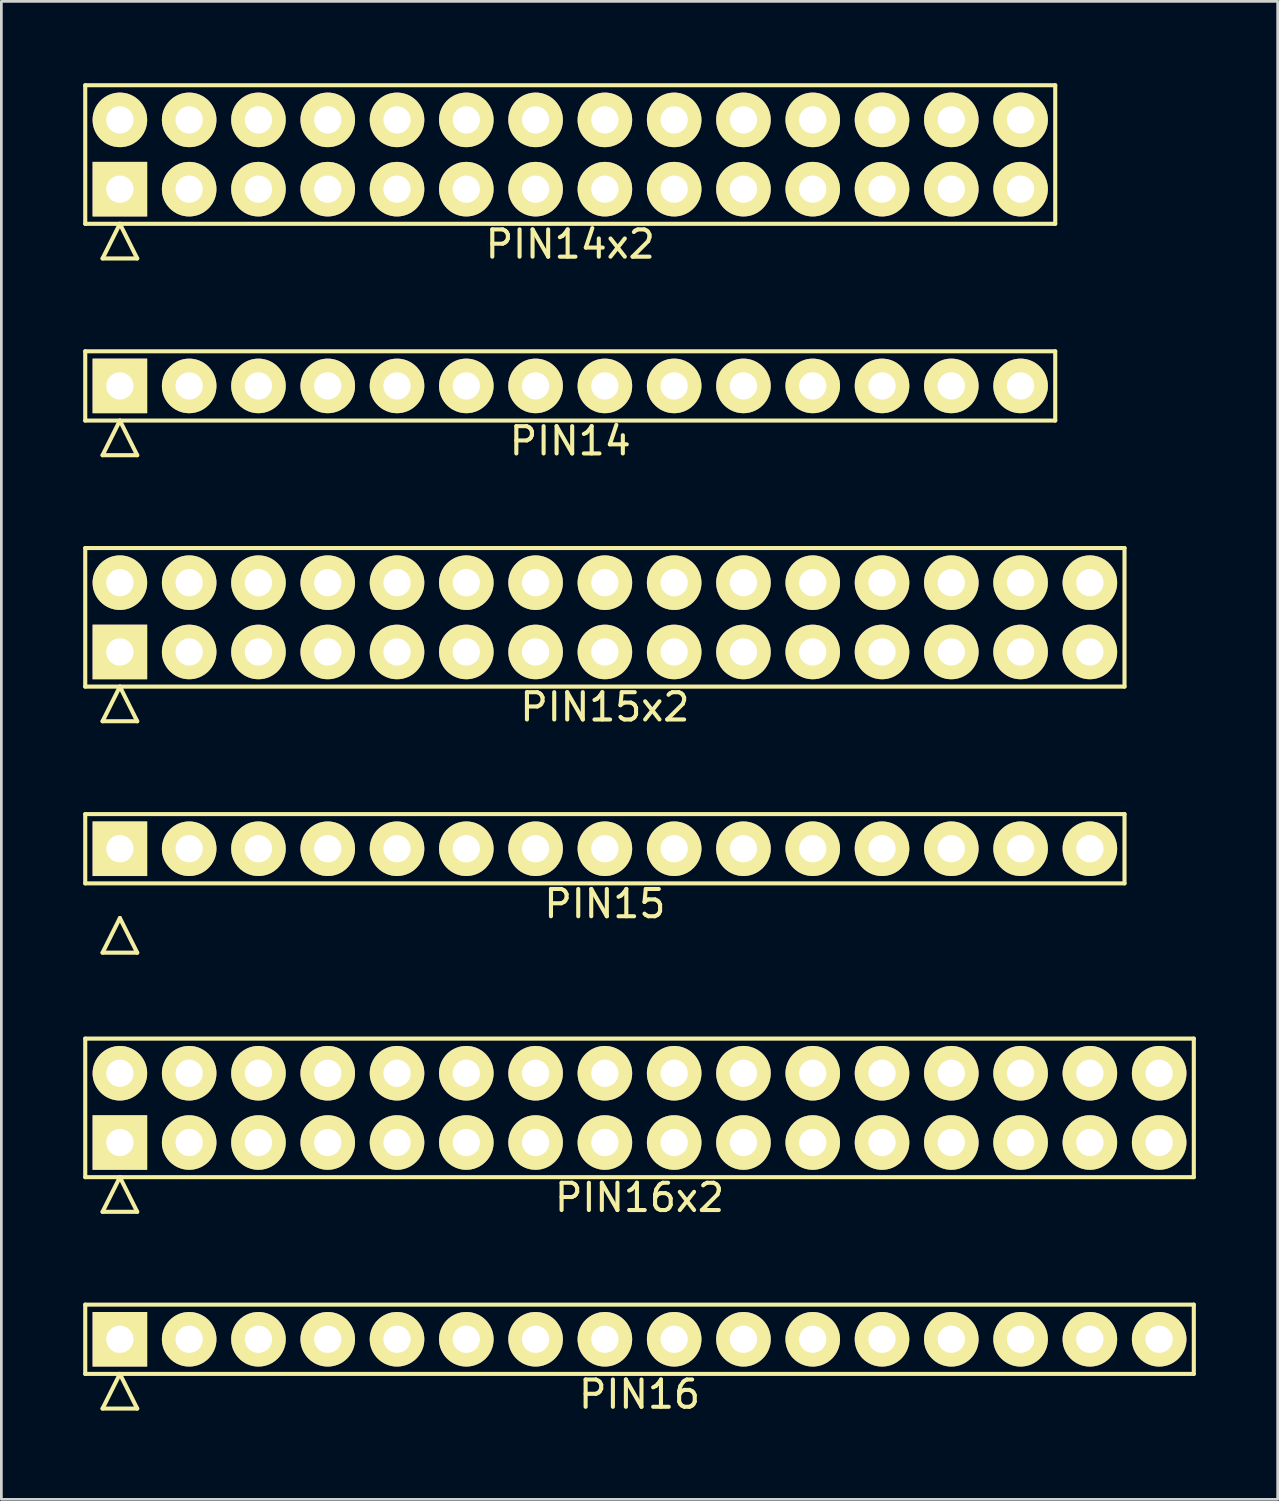
<source format=kicad_pcb>
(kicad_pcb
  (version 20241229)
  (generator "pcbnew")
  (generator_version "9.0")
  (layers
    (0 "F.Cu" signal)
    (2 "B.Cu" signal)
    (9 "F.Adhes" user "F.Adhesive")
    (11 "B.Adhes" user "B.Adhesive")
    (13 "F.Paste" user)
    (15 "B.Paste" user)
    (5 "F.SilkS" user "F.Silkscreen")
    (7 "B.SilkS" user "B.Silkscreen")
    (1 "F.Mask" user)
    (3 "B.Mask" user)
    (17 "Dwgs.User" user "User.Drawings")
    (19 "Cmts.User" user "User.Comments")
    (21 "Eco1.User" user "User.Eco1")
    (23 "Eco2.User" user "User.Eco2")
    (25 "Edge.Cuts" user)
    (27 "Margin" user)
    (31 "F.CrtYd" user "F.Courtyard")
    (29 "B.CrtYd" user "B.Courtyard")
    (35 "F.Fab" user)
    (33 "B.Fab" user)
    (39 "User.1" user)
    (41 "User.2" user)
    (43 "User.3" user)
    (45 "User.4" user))
  (footprint "PIN15x2"
    (layer "F.Cu")
    (at 19.125 19.581)
    (property "Reference" "PIN15x2" (at 0 3.29 0) (layer "F.SilkS") (effects (font (size 1 1) (thickness 0.15))))
    (attr through_hole)
    (fp_line (start -19.05 -2.54) (end -19.05 2.54) (stroke (width 0.15) (type solid)) (layer "F.SilkS"))
    (fp_line (start -19.05 2.54) (end 19.05 2.54) (stroke (width 0.15) (type solid)) (layer "F.SilkS"))
    (fp_line (start -18.415 3.81) (end -17.78 2.54) (stroke (width 0.15) (type solid)) (layer "F.SilkS"))
    (fp_line (start -18.415 3.81) (end -17.145 3.81) (stroke (width 0.15) (type solid)) (layer "F.SilkS"))
    (fp_line (start -17.145 3.81) (end -17.78 2.54) (stroke (width 0.15) (type solid)) (layer "F.SilkS"))
    (fp_line (start 19.05 -2.54) (end -19.05 -2.54) (stroke (width 0.15) (type solid)) (layer "F.SilkS"))
    (fp_line (start 19.05 2.54) (end 19.05 -2.54) (stroke (width 0.15) (type solid)) (layer "F.SilkS"))
    (pad "1" thru_hole rect (at -17.78 1.27) (size 2 2) (drill 1) (layers "*.Cu" "*.Mask" "F.SilkS"))
    (pad "2" thru_hole circle (at -17.78 -1.27) (size 2 2) (drill 1) (layers "*.Cu" "*.Mask" "F.SilkS"))
    (pad "3" thru_hole circle (at -15.24 1.27) (size 2 2) (drill 1) (layers "*.Cu" "*.Mask" "F.SilkS"))
    (pad "4" thru_hole circle (at -15.24 -1.27) (size 2 2) (drill 1) (layers "*.Cu" "*.Mask" "F.SilkS"))
    (pad "5" thru_hole circle (at -12.7 1.27) (size 2 2) (drill 1) (layers "*.Cu" "*.Mask" "F.SilkS"))
    (pad "6" thru_hole circle (at -12.7 -1.27) (size 2 2) (drill 1) (layers "*.Cu" "*.Mask" "F.SilkS"))
    (pad "7" thru_hole circle (at -10.16 1.27) (size 2 2) (drill 1) (layers "*.Cu" "*.Mask" "F.SilkS"))
    (pad "8" thru_hole circle (at -10.16 -1.27) (size 2 2) (drill 1) (layers "*.Cu" "*.Mask" "F.SilkS"))
    (pad "9" thru_hole circle (at -7.62 1.27) (size 2 2) (drill 1) (layers "*.Cu" "*.Mask" "F.SilkS"))
    (pad "10" thru_hole circle (at -7.62 -1.27) (size 2 2) (drill 1) (layers "*.Cu" "*.Mask" "F.SilkS"))
    (pad "11" thru_hole circle (at -5.08 1.27) (size 2 2) (drill 1) (layers "*.Cu" "*.Mask" "F.SilkS"))
    (pad "12" thru_hole circle (at -5.08 -1.27) (size 2 2) (drill 1) (layers "*.Cu" "*.Mask" "F.SilkS"))
    (pad "13" thru_hole circle (at -2.54 1.27) (size 2 2) (drill 1) (layers "*.Cu" "*.Mask" "F.SilkS"))
    (pad "14" thru_hole circle (at -2.54 -1.27) (size 2 2) (drill 1) (layers "*.Cu" "*.Mask" "F.SilkS"))
    (pad "15" thru_hole circle (at 0 1.27) (size 2 2) (drill 1) (layers "*.Cu" "*.Mask" "F.SilkS"))
    (pad "16" thru_hole circle (at 0 -1.27) (size 2 2) (drill 1) (layers "*.Cu" "*.Mask" "F.SilkS"))
    (pad "17" thru_hole circle (at 2.54 1.27) (size 2 2) (drill 1) (layers "*.Cu" "*.Mask" "F.SilkS"))
    (pad "18" thru_hole circle (at 2.54 -1.27) (size 2 2) (drill 1) (layers "*.Cu" "*.Mask" "F.SilkS"))
    (pad "19" thru_hole circle (at 5.08 1.27) (size 2 2) (drill 1) (layers "*.Cu" "*.Mask" "F.SilkS"))
    (pad "20" thru_hole circle (at 5.08 -1.27) (size 2 2) (drill 1) (layers "*.Cu" "*.Mask" "F.SilkS"))
    (pad "21" thru_hole circle (at 7.62 1.27) (size 2 2) (drill 1) (layers "*.Cu" "*.Mask" "F.SilkS"))
    (pad "22" thru_hole circle (at 7.62 -1.27) (size 2 2) (drill 1) (layers "*.Cu" "*.Mask" "F.SilkS"))
    (pad "23" thru_hole circle (at 10.16 1.27) (size 2 2) (drill 1) (layers "*.Cu" "*.Mask" "F.SilkS"))
    (pad "24" thru_hole circle (at 10.16 -1.27) (size 2 2) (drill 1) (layers "*.Cu" "*.Mask" "F.SilkS"))
    (pad "25" thru_hole circle (at 12.7 1.27) (size 2 2) (drill 1) (layers "*.Cu" "*.Mask" "F.SilkS"))
    (pad "26" thru_hole circle (at 12.7 -1.27) (size 2 2) (drill 1) (layers "*.Cu" "*.Mask" "F.SilkS"))
    (pad "27" thru_hole circle (at 15.24 1.27) (size 2 2) (drill 1) (layers "*.Cu" "*.Mask" "F.SilkS"))
    (pad "28" thru_hole circle (at 15.24 -1.27) (size 2 2) (drill 1) (layers "*.Cu" "*.Mask" "F.SilkS"))
    (pad "29" thru_hole circle (at 17.78 1.27) (size 2 2) (drill 1) (layers "*.Cu" "*.Mask" "F.SilkS"))
    (pad "30" thru_hole circle (at 17.78 -1.27) (size 2 2) (drill 1) (layers "*.Cu" "*.Mask" "F.SilkS")))
  (footprint "PIN16x2"
    (layer "F.Cu")
    (at 20.395 37.565)
    (property "Reference" "PIN16x2" (at 0 3.29 0) (layer "F.SilkS") (effects (font (size 1 1) (thickness 0.15))))
    (attr through_hole)
    (fp_line (start -20.32 -2.54) (end -20.32 2.54) (stroke (width 0.15) (type solid)) (layer "F.SilkS"))
    (fp_line (start -20.32 2.54) (end 20.32 2.54) (stroke (width 0.15) (type solid)) (layer "F.SilkS"))
    (fp_line (start -19.685 3.81) (end -19.05 2.54) (stroke (width 0.15) (type solid)) (layer "F.SilkS"))
    (fp_line (start -19.685 3.81) (end -18.415 3.81) (stroke (width 0.15) (type solid)) (layer "F.SilkS"))
    (fp_line (start -18.415 3.81) (end -19.05 2.54) (stroke (width 0.15) (type solid)) (layer "F.SilkS"))
    (fp_line (start 20.32 -2.54) (end -20.32 -2.54) (stroke (width 0.15) (type solid)) (layer "F.SilkS"))
    (fp_line (start 20.32 2.54) (end 20.32 -2.54) (stroke (width 0.15) (type solid)) (layer "F.SilkS"))
    (pad "1" thru_hole rect (at -19.05 1.27) (size 2 2) (drill 1) (layers "*.Cu" "*.Mask" "F.SilkS"))
    (pad "2" thru_hole circle (at -19.05 -1.27) (size 2 2) (drill 1) (layers "*.Cu" "*.Mask" "F.SilkS"))
    (pad "3" thru_hole circle (at -16.51 1.27) (size 2 2) (drill 1) (layers "*.Cu" "*.Mask" "F.SilkS"))
    (pad "4" thru_hole circle (at -16.51 -1.27) (size 2 2) (drill 1) (layers "*.Cu" "*.Mask" "F.SilkS"))
    (pad "5" thru_hole circle (at -13.97 1.27) (size 2 2) (drill 1) (layers "*.Cu" "*.Mask" "F.SilkS"))
    (pad "6" thru_hole circle (at -13.97 -1.27) (size 2 2) (drill 1) (layers "*.Cu" "*.Mask" "F.SilkS"))
    (pad "7" thru_hole circle (at -11.43 1.27) (size 2 2) (drill 1) (layers "*.Cu" "*.Mask" "F.SilkS"))
    (pad "8" thru_hole circle (at -11.43 -1.27) (size 2 2) (drill 1) (layers "*.Cu" "*.Mask" "F.SilkS"))
    (pad "9" thru_hole circle (at -8.89 1.27) (size 2 2) (drill 1) (layers "*.Cu" "*.Mask" "F.SilkS"))
    (pad "10" thru_hole circle (at -8.89 -1.27) (size 2 2) (drill 1) (layers "*.Cu" "*.Mask" "F.SilkS"))
    (pad "11" thru_hole circle (at -6.35 1.27) (size 2 2) (drill 1) (layers "*.Cu" "*.Mask" "F.SilkS"))
    (pad "12" thru_hole circle (at -6.35 -1.27) (size 2 2) (drill 1) (layers "*.Cu" "*.Mask" "F.SilkS"))
    (pad "13" thru_hole circle (at -3.81 1.27) (size 2 2) (drill 1) (layers "*.Cu" "*.Mask" "F.SilkS"))
    (pad "14" thru_hole circle (at -3.81 -1.27) (size 2 2) (drill 1) (layers "*.Cu" "*.Mask" "F.SilkS"))
    (pad "15" thru_hole circle (at -1.27 1.27) (size 2 2) (drill 1) (layers "*.Cu" "*.Mask" "F.SilkS"))
    (pad "16" thru_hole circle (at -1.27 -1.27) (size 2 2) (drill 1) (layers "*.Cu" "*.Mask" "F.SilkS"))
    (pad "17" thru_hole circle (at 1.27 1.27) (size 2 2) (drill 1) (layers "*.Cu" "*.Mask" "F.SilkS"))
    (pad "18" thru_hole circle (at 1.27 -1.27) (size 2 2) (drill 1) (layers "*.Cu" "*.Mask" "F.SilkS"))
    (pad "19" thru_hole circle (at 3.81 1.27) (size 2 2) (drill 1) (layers "*.Cu" "*.Mask" "F.SilkS"))
    (pad "20" thru_hole circle (at 3.81 -1.27) (size 2 2) (drill 1) (layers "*.Cu" "*.Mask" "F.SilkS"))
    (pad "21" thru_hole circle (at 6.35 1.27) (size 2 2) (drill 1) (layers "*.Cu" "*.Mask" "F.SilkS"))
    (pad "22" thru_hole circle (at 6.35 -1.27) (size 2 2) (drill 1) (layers "*.Cu" "*.Mask" "F.SilkS"))
    (pad "23" thru_hole circle (at 8.89 1.27) (size 2 2) (drill 1) (layers "*.Cu" "*.Mask" "F.SilkS"))
    (pad "24" thru_hole circle (at 8.89 -1.27) (size 2 2) (drill 1) (layers "*.Cu" "*.Mask" "F.SilkS"))
    (pad "25" thru_hole circle (at 11.43 1.27) (size 2 2) (drill 1) (layers "*.Cu" "*.Mask" "F.SilkS"))
    (pad "26" thru_hole circle (at 11.43 -1.27) (size 2 2) (drill 1) (layers "*.Cu" "*.Mask" "F.SilkS"))
    (pad "27" thru_hole circle (at 13.97 1.27) (size 2 2) (drill 1) (layers "*.Cu" "*.Mask" "F.SilkS"))
    (pad "28" thru_hole circle (at 13.97 -1.27) (size 2 2) (drill 1) (layers "*.Cu" "*.Mask" "F.SilkS"))
    (pad "29" thru_hole circle (at 16.51 1.27) (size 2 2) (drill 1) (layers "*.Cu" "*.Mask" "F.SilkS"))
    (pad "30" thru_hole circle (at 16.51 -1.27) (size 2 2) (drill 1) (layers "*.Cu" "*.Mask" "F.SilkS"))
    (pad "31" thru_hole circle (at 19.05 1.27) (size 2 2) (drill 1) (layers "*.Cu" "*.Mask" "F.SilkS"))
    (pad "32" thru_hole circle (at 19.05 -1.27) (size 2 2) (drill 1) (layers "*.Cu" "*.Mask" "F.SilkS")))
  (footprint "PIN14x2"
    (layer "F.Cu")
    (at 17.855 2.615)
    (property "Reference" "PIN14x2" (at 0 3.29 0) (layer "F.SilkS") (effects (font (size 1 1) (thickness 0.15))))
    (attr through_hole)
    (fp_line (start -17.78 -2.54) (end -17.78 2.54) (stroke (width 0.15) (type solid)) (layer "F.SilkS"))
    (fp_line (start -17.78 2.54) (end 17.78 2.54) (stroke (width 0.15) (type solid)) (layer "F.SilkS"))
    (fp_line (start -17.145 3.81) (end -16.51 2.54) (stroke (width 0.15) (type solid)) (layer "F.SilkS"))
    (fp_line (start -17.145 3.81) (end -15.875 3.81) (stroke (width 0.15) (type solid)) (layer "F.SilkS"))
    (fp_line (start -15.875 3.81) (end -16.51 2.54) (stroke (width 0.15) (type solid)) (layer "F.SilkS"))
    (fp_line (start 17.78 -2.54) (end -17.78 -2.54) (stroke (width 0.15) (type solid)) (layer "F.SilkS"))
    (fp_line (start 17.78 2.54) (end 17.78 -2.54) (stroke (width 0.15) (type solid)) (layer "F.SilkS"))
    (pad "1" thru_hole rect (at -16.51 1.27) (size 2 2) (drill 1) (layers "*.Cu" "*.Mask" "F.SilkS"))
    (pad "2" thru_hole circle (at -16.51 -1.27) (size 2 2) (drill 1) (layers "*.Cu" "*.Mask" "F.SilkS"))
    (pad "3" thru_hole circle (at -13.97 1.27) (size 2 2) (drill 1) (layers "*.Cu" "*.Mask" "F.SilkS"))
    (pad "4" thru_hole circle (at -13.97 -1.27) (size 2 2) (drill 1) (layers "*.Cu" "*.Mask" "F.SilkS"))
    (pad "5" thru_hole circle (at -11.43 1.27) (size 2 2) (drill 1) (layers "*.Cu" "*.Mask" "F.SilkS"))
    (pad "6" thru_hole circle (at -11.43 -1.27) (size 2 2) (drill 1) (layers "*.Cu" "*.Mask" "F.SilkS"))
    (pad "7" thru_hole circle (at -8.89 1.27) (size 2 2) (drill 1) (layers "*.Cu" "*.Mask" "F.SilkS"))
    (pad "8" thru_hole circle (at -8.89 -1.27) (size 2 2) (drill 1) (layers "*.Cu" "*.Mask" "F.SilkS"))
    (pad "9" thru_hole circle (at -6.35 1.27) (size 2 2) (drill 1) (layers "*.Cu" "*.Mask" "F.SilkS"))
    (pad "10" thru_hole circle (at -6.35 -1.27) (size 2 2) (drill 1) (layers "*.Cu" "*.Mask" "F.SilkS"))
    (pad "11" thru_hole circle (at -3.81 1.27) (size 2 2) (drill 1) (layers "*.Cu" "*.Mask" "F.SilkS"))
    (pad "12" thru_hole circle (at -3.81 -1.27) (size 2 2) (drill 1) (layers "*.Cu" "*.Mask" "F.SilkS"))
    (pad "13" thru_hole circle (at -1.27 1.27) (size 2 2) (drill 1) (layers "*.Cu" "*.Mask" "F.SilkS"))
    (pad "14" thru_hole circle (at -1.27 -1.27) (size 2 2) (drill 1) (layers "*.Cu" "*.Mask" "F.SilkS"))
    (pad "15" thru_hole circle (at 1.27 1.27) (size 2 2) (drill 1) (layers "*.Cu" "*.Mask" "F.SilkS"))
    (pad "16" thru_hole circle (at 1.27 -1.27) (size 2 2) (drill 1) (layers "*.Cu" "*.Mask" "F.SilkS"))
    (pad "17" thru_hole circle (at 3.81 1.27) (size 2 2) (drill 1) (layers "*.Cu" "*.Mask" "F.SilkS"))
    (pad "18" thru_hole circle (at 3.81 -1.27) (size 2 2) (drill 1) (layers "*.Cu" "*.Mask" "F.SilkS"))
    (pad "19" thru_hole circle (at 6.35 1.27) (size 2 2) (drill 1) (layers "*.Cu" "*.Mask" "F.SilkS"))
    (pad "20" thru_hole circle (at 6.35 -1.27) (size 2 2) (drill 1) (layers "*.Cu" "*.Mask" "F.SilkS"))
    (pad "21" thru_hole circle (at 8.89 1.27) (size 2 2) (drill 1) (layers "*.Cu" "*.Mask" "F.SilkS"))
    (pad "22" thru_hole circle (at 8.89 -1.27) (size 2 2) (drill 1) (layers "*.Cu" "*.Mask" "F.SilkS"))
    (pad "23" thru_hole circle (at 11.43 1.27) (size 2 2) (drill 1) (layers "*.Cu" "*.Mask" "F.SilkS"))
    (pad "24" thru_hole circle (at 11.43 -1.27) (size 2 2) (drill 1) (layers "*.Cu" "*.Mask" "F.SilkS"))
    (pad "25" thru_hole circle (at 13.97 1.27) (size 2 2) (drill 1) (layers "*.Cu" "*.Mask" "F.SilkS"))
    (pad "26" thru_hole circle (at 13.97 -1.27) (size 2 2) (drill 1) (layers "*.Cu" "*.Mask" "F.SilkS"))
    (pad "27" thru_hole circle (at 16.51 1.27) (size 2 2) (drill 1) (layers "*.Cu" "*.Mask" "F.SilkS"))
    (pad "28" thru_hole circle (at 16.51 -1.27) (size 2 2) (drill 1) (layers "*.Cu" "*.Mask" "F.SilkS")))
  (footprint "PIN15"
    (layer "F.Cu")
    (at 19.125 28.065)
    (property "Reference" "PIN15" (at 0 2.02 0) (layer "F.SilkS") (effects (font (size 1 1) (thickness 0.15))))
    (attr through_hole)
    (fp_line (start -19.05 -1.27) (end -19.05 1.27) (stroke (width 0.15) (type solid)) (layer "F.SilkS"))
    (fp_line (start -19.05 1.27) (end 19.05 1.27) (stroke (width 0.15) (type solid)) (layer "F.SilkS"))
    (fp_line (start -18.415 3.81) (end -17.78 2.54) (stroke (width 0.15) (type solid)) (layer "F.SilkS"))
    (fp_line (start -18.415 3.81) (end -17.145 3.81) (stroke (width 0.15) (type solid)) (layer "F.SilkS"))
    (fp_line (start -17.145 3.81) (end -17.78 2.54) (stroke (width 0.15) (type solid)) (layer "F.SilkS"))
    (fp_line (start 19.05 -1.27) (end -19.05 -1.27) (stroke (width 0.15) (type solid)) (layer "F.SilkS"))
    (fp_line (start 19.05 1.27) (end 19.05 -1.27) (stroke (width 0.15) (type solid)) (layer "F.SilkS"))
    (pad "1" thru_hole rect (at -17.78 0) (size 2 2) (drill 1) (layers "*.Cu" "*.Mask" "F.SilkS"))
    (pad "2" thru_hole circle (at -15.24 0) (size 2 2) (drill 1) (layers "*.Cu" "*.Mask" "F.SilkS"))
    (pad "3" thru_hole circle (at -12.7 0) (size 2 2) (drill 1) (layers "*.Cu" "*.Mask" "F.SilkS"))
    (pad "4" thru_hole circle (at -10.16 0) (size 2 2) (drill 1) (layers "*.Cu" "*.Mask" "F.SilkS"))
    (pad "5" thru_hole circle (at -7.62 0) (size 2 2) (drill 1) (layers "*.Cu" "*.Mask" "F.SilkS"))
    (pad "6" thru_hole circle (at -5.08 0) (size 2 2) (drill 1) (layers "*.Cu" "*.Mask" "F.SilkS"))
    (pad "7" thru_hole circle (at -2.54 0) (size 2 2) (drill 1) (layers "*.Cu" "*.Mask" "F.SilkS"))
    (pad "8" thru_hole circle (at 0 0) (size 2 2) (drill 1) (layers "*.Cu" "*.Mask" "F.SilkS"))
    (pad "9" thru_hole circle (at 2.54 0) (size 2 2) (drill 1) (layers "*.Cu" "*.Mask" "F.SilkS"))
    (pad "10" thru_hole circle (at 5.08 0) (size 2 2) (drill 1) (layers "*.Cu" "*.Mask" "F.SilkS"))
    (pad "11" thru_hole circle (at 7.62 0) (size 2 2) (drill 1) (layers "*.Cu" "*.Mask" "F.SilkS"))
    (pad "12" thru_hole circle (at 10.16 0) (size 2 2) (drill 1) (layers "*.Cu" "*.Mask" "F.SilkS"))
    (pad "13" thru_hole circle (at 12.7 0) (size 2 2) (drill 1) (layers "*.Cu" "*.Mask" "F.SilkS"))
    (pad "14" thru_hole circle (at 15.24 0) (size 2 2) (drill 1) (layers "*.Cu" "*.Mask" "F.SilkS"))
    (pad "15" thru_hole circle (at 17.78 0) (size 2 2) (drill 1) (layers "*.Cu" "*.Mask" "F.SilkS")))
  (footprint "PIN14"
    (layer "F.Cu")
    (at 17.855 11.098)
    (property "Reference" "PIN14" (at 0 2.02 0) (layer "F.SilkS") (effects (font (size 1 1) (thickness 0.15))))
    (attr through_hole)
    (fp_line (start -17.78 -1.27) (end -17.78 1.27) (stroke (width 0.15) (type solid)) (layer "F.SilkS"))
    (fp_line (start -17.78 1.27) (end 17.78 1.27) (stroke (width 0.15) (type solid)) (layer "F.SilkS"))
    (fp_line (start -17.145 2.54) (end -16.51 1.27) (stroke (width 0.15) (type solid)) (layer "F.SilkS"))
    (fp_line (start -17.145 2.54) (end -15.875 2.54) (stroke (width 0.15) (type solid)) (layer "F.SilkS"))
    (fp_line (start -15.875 2.54) (end -16.51 1.27) (stroke (width 0.15) (type solid)) (layer "F.SilkS"))
    (fp_line (start 17.78 -1.27) (end -17.78 -1.27) (stroke (width 0.15) (type solid)) (layer "F.SilkS"))
    (fp_line (start 17.78 1.27) (end 17.78 -1.27) (stroke (width 0.15) (type solid)) (layer "F.SilkS"))
    (pad "1" thru_hole rect (at -16.51 0) (size 2 2) (drill 1) (layers "*.Cu" "*.Mask" "F.SilkS"))
    (pad "2" thru_hole circle (at -13.97 0) (size 2 2) (drill 1) (layers "*.Cu" "*.Mask" "F.SilkS"))
    (pad "3" thru_hole circle (at -11.43 0) (size 2 2) (drill 1) (layers "*.Cu" "*.Mask" "F.SilkS"))
    (pad "4" thru_hole circle (at -8.89 0) (size 2 2) (drill 1) (layers "*.Cu" "*.Mask" "F.SilkS"))
    (pad "5" thru_hole circle (at -6.35 0) (size 2 2) (drill 1) (layers "*.Cu" "*.Mask" "F.SilkS"))
    (pad "6" thru_hole circle (at -3.81 0) (size 2 2) (drill 1) (layers "*.Cu" "*.Mask" "F.SilkS"))
    (pad "7" thru_hole circle (at -1.27 0) (size 2 2) (drill 1) (layers "*.Cu" "*.Mask" "F.SilkS"))
    (pad "8" thru_hole circle (at 1.27 0) (size 2 2) (drill 1) (layers "*.Cu" "*.Mask" "F.SilkS"))
    (pad "9" thru_hole circle (at 3.81 0) (size 2 2) (drill 1) (layers "*.Cu" "*.Mask" "F.SilkS"))
    (pad "10" thru_hole circle (at 6.35 0) (size 2 2) (drill 1) (layers "*.Cu" "*.Mask" "F.SilkS"))
    (pad "11" thru_hole circle (at 8.89 0) (size 2 2) (drill 1) (layers "*.Cu" "*.Mask" "F.SilkS"))
    (pad "12" thru_hole circle (at 11.43 0) (size 2 2) (drill 1) (layers "*.Cu" "*.Mask" "F.SilkS"))
    (pad "13" thru_hole circle (at 13.97 0) (size 2 2) (drill 1) (layers "*.Cu" "*.Mask" "F.SilkS"))
    (pad "14" thru_hole circle (at 16.51 0) (size 2 2) (drill 1) (layers "*.Cu" "*.Mask" "F.SilkS")))
  (footprint "PIN16"
    (layer "F.Cu")
    (at 20.395 46.048)
    (property "Reference" "PIN16" (at 0 2.02 0) (layer "F.SilkS") (effects (font (size 1 1) (thickness 0.15))))
    (attr through_hole)
    (fp_line (start -20.32 -1.27) (end -20.32 1.27) (stroke (width 0.15) (type solid)) (layer "F.SilkS"))
    (fp_line (start -20.32 1.27) (end 20.32 1.27) (stroke (width 0.15) (type solid)) (layer "F.SilkS"))
    (fp_line (start -19.685 2.54) (end -19.05 1.27) (stroke (width 0.15) (type solid)) (layer "F.SilkS"))
    (fp_line (start -19.685 2.54) (end -18.415 2.54) (stroke (width 0.15) (type solid)) (layer "F.SilkS"))
    (fp_line (start -18.415 2.54) (end -19.05 1.27) (stroke (width 0.15) (type solid)) (layer "F.SilkS"))
    (fp_line (start 20.32 -1.27) (end -20.32 -1.27) (stroke (width 0.15) (type solid)) (layer "F.SilkS"))
    (fp_line (start 20.32 1.27) (end 20.32 -1.27) (stroke (width 0.15) (type solid)) (layer "F.SilkS"))
    (pad "1" thru_hole rect (at -19.05 0) (size 2 2) (drill 1) (layers "*.Cu" "*.Mask" "F.SilkS"))
    (pad "2" thru_hole circle (at -16.51 0) (size 2 2) (drill 1) (layers "*.Cu" "*.Mask" "F.SilkS"))
    (pad "3" thru_hole circle (at -13.97 0) (size 2 2) (drill 1) (layers "*.Cu" "*.Mask" "F.SilkS"))
    (pad "4" thru_hole circle (at -11.43 0) (size 2 2) (drill 1) (layers "*.Cu" "*.Mask" "F.SilkS"))
    (pad "5" thru_hole circle (at -8.89 0) (size 2 2) (drill 1) (layers "*.Cu" "*.Mask" "F.SilkS"))
    (pad "6" thru_hole circle (at -6.35 0) (size 2 2) (drill 1) (layers "*.Cu" "*.Mask" "F.SilkS"))
    (pad "7" thru_hole circle (at -3.81 0) (size 2 2) (drill 1) (layers "*.Cu" "*.Mask" "F.SilkS"))
    (pad "8" thru_hole circle (at -1.27 0) (size 2 2) (drill 1) (layers "*.Cu" "*.Mask" "F.SilkS"))
    (pad "9" thru_hole circle (at 1.27 0) (size 2 2) (drill 1) (layers "*.Cu" "*.Mask" "F.SilkS"))
    (pad "10" thru_hole circle (at 3.81 0) (size 2 2) (drill 1) (layers "*.Cu" "*.Mask" "F.SilkS"))
    (pad "11" thru_hole circle (at 6.35 0) (size 2 2) (drill 1) (layers "*.Cu" "*.Mask" "F.SilkS"))
    (pad "12" thru_hole circle (at 8.89 0) (size 2 2) (drill 1) (layers "*.Cu" "*.Mask" "F.SilkS"))
    (pad "13" thru_hole circle (at 11.43 0) (size 2 2) (drill 1) (layers "*.Cu" "*.Mask" "F.SilkS"))
    (pad "14" thru_hole circle (at 13.97 0) (size 2 2) (drill 1) (layers "*.Cu" "*.Mask" "F.SilkS"))
    (pad "15" thru_hole circle (at 16.51 0) (size 2 2) (drill 1) (layers "*.Cu" "*.Mask" "F.SilkS"))
    (pad "16" thru_hole circle (at 19.05 0) (size 2 2) (drill 1) (layers "*.Cu" "*.Mask" "F.SilkS")))
  (gr_rect
    (start -3 -3)
    (end 43.79 51.916)
    (stroke (width 0.1) (type default))
    (fill no)
    (layer "Edge.Cuts")))
</source>
